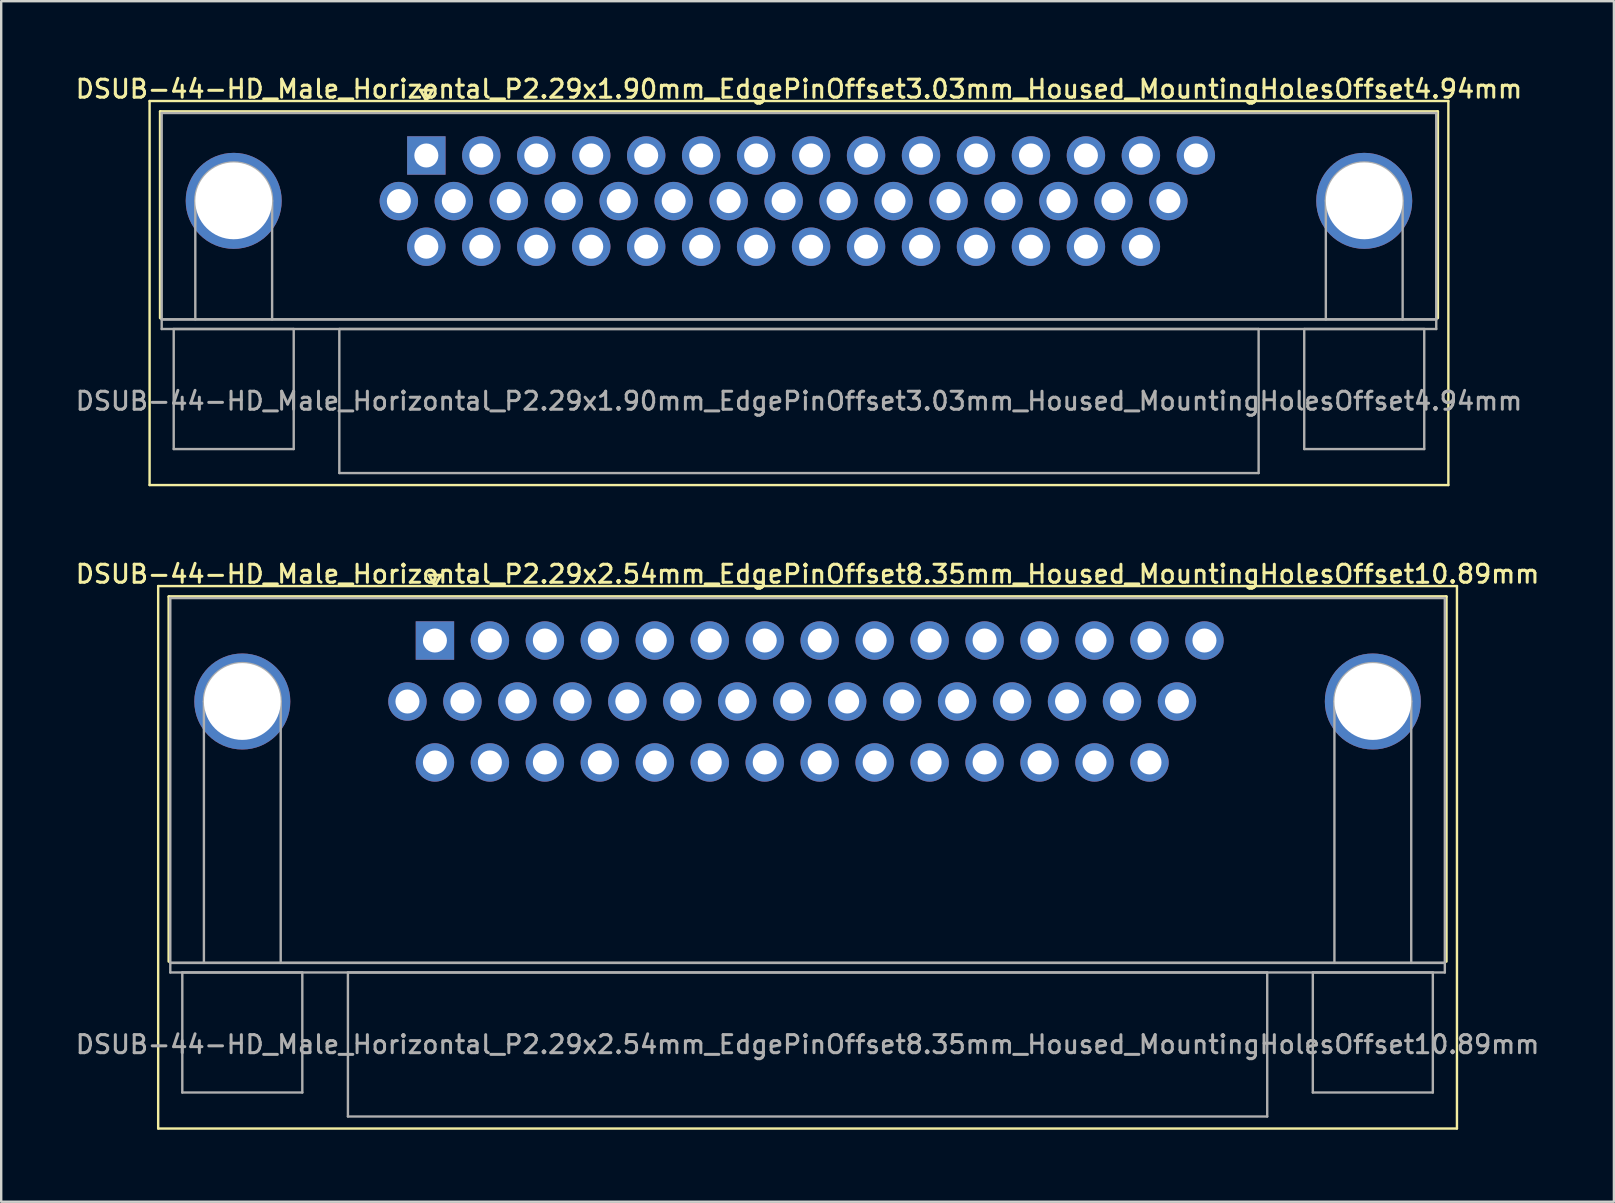
<source format=kicad_pcb>
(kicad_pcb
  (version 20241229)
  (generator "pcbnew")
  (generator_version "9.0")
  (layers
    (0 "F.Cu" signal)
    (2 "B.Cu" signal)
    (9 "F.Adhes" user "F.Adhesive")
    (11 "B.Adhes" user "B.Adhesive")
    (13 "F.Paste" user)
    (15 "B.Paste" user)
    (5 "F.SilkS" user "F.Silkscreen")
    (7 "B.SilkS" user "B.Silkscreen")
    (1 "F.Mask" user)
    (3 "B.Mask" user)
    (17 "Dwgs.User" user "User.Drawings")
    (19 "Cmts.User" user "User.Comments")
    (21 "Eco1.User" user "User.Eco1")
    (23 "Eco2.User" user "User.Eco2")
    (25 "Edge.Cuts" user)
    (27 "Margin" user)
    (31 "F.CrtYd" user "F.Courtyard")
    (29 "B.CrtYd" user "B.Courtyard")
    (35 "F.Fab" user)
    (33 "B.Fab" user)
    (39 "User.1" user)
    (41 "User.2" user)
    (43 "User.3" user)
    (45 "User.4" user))
  (footprint "DSUB-44-HD_Male_Horizontal_P2.29x2.54mm_EdgePinOffset8.35mm_Housed_MountingHolesOffset10.89mm"
    (layer "F.Cu")
    (at 15.07 23.636)
    (property "Reference" "DSUB-44-HD_Male_Horizontal_P2.29x2.54mm_EdgePinOffset8.35mm_Housed_MountingHolesOffset10.89mm" (at 15.525 -2.77 0) (layer "F.SilkS") (effects (font (size 0.75 0.75) (thickness 0.125))))
    (attr through_hole)
    (fp_line (start -11.53 -2.27) (end -11.53 20.33) (stroke (width 0.1) (type solid)) (layer "F.SilkS"))
    (fp_line (start -11.53 20.33) (end 42.58 20.33) (stroke (width 0.1) (type solid)) (layer "F.SilkS"))
    (fp_line (start -11.085 -1.83) (end 42.135 -1.83) (stroke (width 0.12) (type solid)) (layer "F.SilkS"))
    (fp_line (start -11.085 13.37) (end -11.085 -1.83) (stroke (width 0.12) (type solid)) (layer "F.SilkS"))
    (fp_line (start -0.25 -2.724) (end 0.25 -2.724) (stroke (width 0.12) (type solid)) (layer "F.SilkS"))
    (fp_line (start 0 -2.291) (end -0.25 -2.724) (stroke (width 0.12) (type solid)) (layer "F.SilkS"))
    (fp_line (start 0.25 -2.724) (end 0 -2.291) (stroke (width 0.12) (type solid)) (layer "F.SilkS"))
    (fp_line (start 42.135 -1.83) (end 42.135 13.37) (stroke (width 0.12) (type solid)) (layer "F.SilkS"))
    (fp_line (start 42.58 -2.27) (end -11.53 -2.27) (stroke (width 0.1) (type solid)) (layer "F.SilkS"))
    (fp_line (start 42.58 20.33) (end 42.58 -2.27) (stroke (width 0.1) (type solid)) (layer "F.SilkS"))
    (fp_line (start -11.025 -1.77) (end -11.025 13.43) (stroke (width 0.1) (type solid)) (layer "F.Fab"))
    (fp_line (start -11.025 13.43) (end -11.025 13.83) (stroke (width 0.1) (type solid)) (layer "F.Fab"))
    (fp_line (start -11.025 13.43) (end 42.075 13.43) (stroke (width 0.1) (type solid)) (layer "F.Fab"))
    (fp_line (start -11.025 13.83) (end 42.075 13.83) (stroke (width 0.1) (type solid)) (layer "F.Fab"))
    (fp_line (start -10.525 13.83) (end -10.525 18.83) (stroke (width 0.1) (type solid)) (layer "F.Fab"))
    (fp_line (start -10.525 18.83) (end -5.525 18.83) (stroke (width 0.1) (type solid)) (layer "F.Fab"))
    (fp_line (start -9.625 13.43) (end -9.625 2.54) (stroke (width 0.1) (type solid)) (layer "F.Fab"))
    (fp_line (start -6.425 13.43) (end -6.425 2.54) (stroke (width 0.1) (type solid)) (layer "F.Fab"))
    (fp_line (start -5.525 13.83) (end -10.525 13.83) (stroke (width 0.1) (type solid)) (layer "F.Fab"))
    (fp_line (start -5.525 18.83) (end -5.525 13.83) (stroke (width 0.1) (type solid)) (layer "F.Fab"))
    (fp_line (start -3.625 13.83) (end -3.625 19.83) (stroke (width 0.1) (type solid)) (layer "F.Fab"))
    (fp_line (start -3.625 19.83) (end 34.675 19.83) (stroke (width 0.1) (type solid)) (layer "F.Fab"))
    (fp_line (start 34.675 13.83) (end -3.625 13.83) (stroke (width 0.1) (type solid)) (layer "F.Fab"))
    (fp_line (start 34.675 19.83) (end 34.675 13.83) (stroke (width 0.1) (type solid)) (layer "F.Fab"))
    (fp_line (start 36.575 13.83) (end 36.575 18.83) (stroke (width 0.1) (type solid)) (layer "F.Fab"))
    (fp_line (start 36.575 18.83) (end 41.575 18.83) (stroke (width 0.1) (type solid)) (layer "F.Fab"))
    (fp_line (start 37.475 13.43) (end 37.475 2.54) (stroke (width 0.1) (type solid)) (layer "F.Fab"))
    (fp_line (start 40.675 13.43) (end 40.675 2.54) (stroke (width 0.1) (type solid)) (layer "F.Fab"))
    (fp_line (start 41.575 13.83) (end 36.575 13.83) (stroke (width 0.1) (type solid)) (layer "F.Fab"))
    (fp_line (start 41.575 18.83) (end 41.575 13.83) (stroke (width 0.1) (type solid)) (layer "F.Fab"))
    (fp_line (start 42.075 -1.77) (end -11.025 -1.77) (stroke (width 0.1) (type solid)) (layer "F.Fab"))
    (fp_line (start 42.075 13.43) (end -11.025 13.43) (stroke (width 0.1) (type solid)) (layer "F.Fab"))
    (fp_line (start 42.075 13.43) (end 42.075 -1.77) (stroke (width 0.1) (type solid)) (layer "F.Fab"))
    (fp_line (start 42.075 13.83) (end 42.075 13.43) (stroke (width 0.1) (type solid)) (layer "F.Fab"))
    (fp_arc (start -9.625 2.54) (mid -8.025 0.94) (end -6.425 2.54) (stroke (width 0.1) (type solid)) (layer "F.Fab"))
    (fp_arc (start 37.475 2.54) (mid 39.075 0.94) (end 40.675 2.54) (stroke (width 0.1) (type solid)) (layer "F.Fab"))
    (fp_text user "${REFERENCE}" (at 15.525 16.83 0) (layer "F.Fab") (effects (font (size 0.75 0.75) (thickness 0.125))))
    (pad "0" thru_hole circle (at -8.025 2.54) (size 4 4) (drill 3.2) (layers "*.Cu" "*.Mask"))
    (pad "0" thru_hole circle (at 39.075 2.54) (size 4 4) (drill 3.2) (layers "*.Cu" "*.Mask"))
    (pad "1" thru_hole rect (at 0 0) (size 1.6 1.6) (drill 1) (layers "*.Cu" "*.Mask"))
    (pad "2" thru_hole circle (at 2.29 0) (size 1.6 1.6) (drill 1) (layers "*.Cu" "*.Mask"))
    (pad "3" thru_hole circle (at 4.58 0) (size 1.6 1.6) (drill 1) (layers "*.Cu" "*.Mask"))
    (pad "4" thru_hole circle (at 6.87 0) (size 1.6 1.6) (drill 1) (layers "*.Cu" "*.Mask"))
    (pad "5" thru_hole circle (at 9.16 0) (size 1.6 1.6) (drill 1) (layers "*.Cu" "*.Mask"))
    (pad "6" thru_hole circle (at 11.45 0) (size 1.6 1.6) (drill 1) (layers "*.Cu" "*.Mask"))
    (pad "7" thru_hole circle (at 13.74 0) (size 1.6 1.6) (drill 1) (layers "*.Cu" "*.Mask"))
    (pad "8" thru_hole circle (at 16.03 0) (size 1.6 1.6) (drill 1) (layers "*.Cu" "*.Mask"))
    (pad "9" thru_hole circle (at 18.32 0) (size 1.6 1.6) (drill 1) (layers "*.Cu" "*.Mask"))
    (pad "10" thru_hole circle (at 20.61 0) (size 1.6 1.6) (drill 1) (layers "*.Cu" "*.Mask"))
    (pad "11" thru_hole circle (at 22.9 0) (size 1.6 1.6) (drill 1) (layers "*.Cu" "*.Mask"))
    (pad "12" thru_hole circle (at 25.19 0) (size 1.6 1.6) (drill 1) (layers "*.Cu" "*.Mask"))
    (pad "13" thru_hole circle (at 27.48 0) (size 1.6 1.6) (drill 1) (layers "*.Cu" "*.Mask"))
    (pad "14" thru_hole circle (at 29.77 0) (size 1.6 1.6) (drill 1) (layers "*.Cu" "*.Mask"))
    (pad "15" thru_hole circle (at 32.06 0) (size 1.6 1.6) (drill 1) (layers "*.Cu" "*.Mask"))
    (pad "16" thru_hole circle (at -1.145 2.54) (size 1.6 1.6) (drill 1) (layers "*.Cu" "*.Mask"))
    (pad "17" thru_hole circle (at 1.145 2.54) (size 1.6 1.6) (drill 1) (layers "*.Cu" "*.Mask"))
    (pad "18" thru_hole circle (at 3.435 2.54) (size 1.6 1.6) (drill 1) (layers "*.Cu" "*.Mask"))
    (pad "19" thru_hole circle (at 5.725 2.54) (size 1.6 1.6) (drill 1) (layers "*.Cu" "*.Mask"))
    (pad "20" thru_hole circle (at 8.015 2.54) (size 1.6 1.6) (drill 1) (layers "*.Cu" "*.Mask"))
    (pad "21" thru_hole circle (at 10.305 2.54) (size 1.6 1.6) (drill 1) (layers "*.Cu" "*.Mask"))
    (pad "22" thru_hole circle (at 12.595 2.54) (size 1.6 1.6) (drill 1) (layers "*.Cu" "*.Mask"))
    (pad "23" thru_hole circle (at 14.885 2.54) (size 1.6 1.6) (drill 1) (layers "*.Cu" "*.Mask"))
    (pad "24" thru_hole circle (at 17.175 2.54) (size 1.6 1.6) (drill 1) (layers "*.Cu" "*.Mask"))
    (pad "25" thru_hole circle (at 19.465 2.54) (size 1.6 1.6) (drill 1) (layers "*.Cu" "*.Mask"))
    (pad "26" thru_hole circle (at 21.755 2.54) (size 1.6 1.6) (drill 1) (layers "*.Cu" "*.Mask"))
    (pad "27" thru_hole circle (at 24.045 2.54) (size 1.6 1.6) (drill 1) (layers "*.Cu" "*.Mask"))
    (pad "28" thru_hole circle (at 26.335 2.54) (size 1.6 1.6) (drill 1) (layers "*.Cu" "*.Mask"))
    (pad "29" thru_hole circle (at 28.625 2.54) (size 1.6 1.6) (drill 1) (layers "*.Cu" "*.Mask"))
    (pad "30" thru_hole circle (at 30.915 2.54) (size 1.6 1.6) (drill 1) (layers "*.Cu" "*.Mask"))
    (pad "31" thru_hole circle (at 0 5.08) (size 1.6 1.6) (drill 1) (layers "*.Cu" "*.Mask"))
    (pad "32" thru_hole circle (at 2.29 5.08) (size 1.6 1.6) (drill 1) (layers "*.Cu" "*.Mask"))
    (pad "33" thru_hole circle (at 4.58 5.08) (size 1.6 1.6) (drill 1) (layers "*.Cu" "*.Mask"))
    (pad "34" thru_hole circle (at 6.87 5.08) (size 1.6 1.6) (drill 1) (layers "*.Cu" "*.Mask"))
    (pad "35" thru_hole circle (at 9.16 5.08) (size 1.6 1.6) (drill 1) (layers "*.Cu" "*.Mask"))
    (pad "36" thru_hole circle (at 11.45 5.08) (size 1.6 1.6) (drill 1) (layers "*.Cu" "*.Mask"))
    (pad "37" thru_hole circle (at 13.74 5.08) (size 1.6 1.6) (drill 1) (layers "*.Cu" "*.Mask"))
    (pad "38" thru_hole circle (at 16.03 5.08) (size 1.6 1.6) (drill 1) (layers "*.Cu" "*.Mask"))
    (pad "39" thru_hole circle (at 18.32 5.08) (size 1.6 1.6) (drill 1) (layers "*.Cu" "*.Mask"))
    (pad "40" thru_hole circle (at 20.61 5.08) (size 1.6 1.6) (drill 1) (layers "*.Cu" "*.Mask"))
    (pad "41" thru_hole circle (at 22.9 5.08) (size 1.6 1.6) (drill 1) (layers "*.Cu" "*.Mask"))
    (pad "42" thru_hole circle (at 25.19 5.08) (size 1.6 1.6) (drill 1) (layers "*.Cu" "*.Mask"))
    (pad "43" thru_hole circle (at 27.48 5.08) (size 1.6 1.6) (drill 1) (layers "*.Cu" "*.Mask"))
    (pad "44" thru_hole circle (at 29.77 5.08) (size 1.6 1.6) (drill 1) (layers "*.Cu" "*.Mask")))
  (footprint "DSUB-44-HD_Male_Horizontal_P2.29x1.90mm_EdgePinOffset3.03mm_Housed_MountingHolesOffset4.94mm"
    (layer "F.Cu")
    (at 14.712 3.428)
    (property "Reference" "DSUB-44-HD_Male_Horizontal_P2.29x1.90mm_EdgePinOffset3.03mm_Housed_MountingHolesOffset4.94mm" (at 15.525 -2.77 0) (layer "F.SilkS") (effects (font (size 0.75 0.75) (thickness 0.125))))
    (attr through_hole)
    (fp_line (start -11.53 -2.27) (end -11.53 13.73) (stroke (width 0.1) (type solid)) (layer "F.SilkS"))
    (fp_line (start -11.53 13.73) (end 42.58 13.73) (stroke (width 0.1) (type solid)) (layer "F.SilkS"))
    (fp_line (start -11.085 -1.83) (end 42.135 -1.83) (stroke (width 0.12) (type solid)) (layer "F.SilkS"))
    (fp_line (start -11.085 6.77) (end -11.085 -1.83) (stroke (width 0.12) (type solid)) (layer "F.SilkS"))
    (fp_line (start -0.25 -2.724) (end 0.25 -2.724) (stroke (width 0.12) (type solid)) (layer "F.SilkS"))
    (fp_line (start 0 -2.291) (end -0.25 -2.724) (stroke (width 0.12) (type solid)) (layer "F.SilkS"))
    (fp_line (start 0.25 -2.724) (end 0 -2.291) (stroke (width 0.12) (type solid)) (layer "F.SilkS"))
    (fp_line (start 42.135 -1.83) (end 42.135 6.77) (stroke (width 0.12) (type solid)) (layer "F.SilkS"))
    (fp_line (start 42.58 -2.27) (end -11.53 -2.27) (stroke (width 0.1) (type solid)) (layer "F.SilkS"))
    (fp_line (start 42.58 13.73) (end 42.58 -2.27) (stroke (width 0.1) (type solid)) (layer "F.SilkS"))
    (fp_line (start -11.025 -1.77) (end -11.025 6.83) (stroke (width 0.1) (type solid)) (layer "F.Fab"))
    (fp_line (start -11.025 6.83) (end -11.025 7.23) (stroke (width 0.1) (type solid)) (layer "F.Fab"))
    (fp_line (start -11.025 6.83) (end 42.075 6.83) (stroke (width 0.1) (type solid)) (layer "F.Fab"))
    (fp_line (start -11.025 7.23) (end 42.075 7.23) (stroke (width 0.1) (type solid)) (layer "F.Fab"))
    (fp_line (start -10.525 7.23) (end -10.525 12.23) (stroke (width 0.1) (type solid)) (layer "F.Fab"))
    (fp_line (start -10.525 12.23) (end -5.525 12.23) (stroke (width 0.1) (type solid)) (layer "F.Fab"))
    (fp_line (start -9.625 6.83) (end -9.625 1.89) (stroke (width 0.1) (type solid)) (layer "F.Fab"))
    (fp_line (start -6.425 6.83) (end -6.425 1.89) (stroke (width 0.1) (type solid)) (layer "F.Fab"))
    (fp_line (start -5.525 7.23) (end -10.525 7.23) (stroke (width 0.1) (type solid)) (layer "F.Fab"))
    (fp_line (start -5.525 12.23) (end -5.525 7.23) (stroke (width 0.1) (type solid)) (layer "F.Fab"))
    (fp_line (start -3.625 7.23) (end -3.625 13.23) (stroke (width 0.1) (type solid)) (layer "F.Fab"))
    (fp_line (start -3.625 13.23) (end 34.675 13.23) (stroke (width 0.1) (type solid)) (layer "F.Fab"))
    (fp_line (start 34.675 7.23) (end -3.625 7.23) (stroke (width 0.1) (type solid)) (layer "F.Fab"))
    (fp_line (start 34.675 13.23) (end 34.675 7.23) (stroke (width 0.1) (type solid)) (layer "F.Fab"))
    (fp_line (start 36.575 7.23) (end 36.575 12.23) (stroke (width 0.1) (type solid)) (layer "F.Fab"))
    (fp_line (start 36.575 12.23) (end 41.575 12.23) (stroke (width 0.1) (type solid)) (layer "F.Fab"))
    (fp_line (start 37.475 6.83) (end 37.475 1.89) (stroke (width 0.1) (type solid)) (layer "F.Fab"))
    (fp_line (start 40.675 6.83) (end 40.675 1.89) (stroke (width 0.1) (type solid)) (layer "F.Fab"))
    (fp_line (start 41.575 7.23) (end 36.575 7.23) (stroke (width 0.1) (type solid)) (layer "F.Fab"))
    (fp_line (start 41.575 12.23) (end 41.575 7.23) (stroke (width 0.1) (type solid)) (layer "F.Fab"))
    (fp_line (start 42.075 -1.77) (end -11.025 -1.77) (stroke (width 0.1) (type solid)) (layer "F.Fab"))
    (fp_line (start 42.075 6.83) (end -11.025 6.83) (stroke (width 0.1) (type solid)) (layer "F.Fab"))
    (fp_line (start 42.075 6.83) (end 42.075 -1.77) (stroke (width 0.1) (type solid)) (layer "F.Fab"))
    (fp_line (start 42.075 7.23) (end 42.075 6.83) (stroke (width 0.1) (type solid)) (layer "F.Fab"))
    (fp_arc (start -9.625 1.89) (mid -8.025 0.29) (end -6.425 1.89) (stroke (width 0.1) (type solid)) (layer "F.Fab"))
    (fp_arc (start 37.475 1.89) (mid 39.075 0.29) (end 40.675 1.89) (stroke (width 0.1) (type solid)) (layer "F.Fab"))
    (fp_text user "${REFERENCE}" (at 15.525 10.23 0) (layer "F.Fab") (effects (font (size 0.75 0.75) (thickness 0.125))))
    (pad "0" thru_hole circle (at -8.025 1.89) (size 4 4) (drill 3.2) (layers "*.Cu" "*.Mask"))
    (pad "0" thru_hole circle (at 39.075 1.89) (size 4 4) (drill 3.2) (layers "*.Cu" "*.Mask"))
    (pad "1" thru_hole rect (at 0 0) (size 1.6 1.6) (drill 1) (layers "*.Cu" "*.Mask"))
    (pad "2" thru_hole circle (at 2.29 0) (size 1.6 1.6) (drill 1) (layers "*.Cu" "*.Mask"))
    (pad "3" thru_hole circle (at 4.58 0) (size 1.6 1.6) (drill 1) (layers "*.Cu" "*.Mask"))
    (pad "4" thru_hole circle (at 6.87 0) (size 1.6 1.6) (drill 1) (layers "*.Cu" "*.Mask"))
    (pad "5" thru_hole circle (at 9.16 0) (size 1.6 1.6) (drill 1) (layers "*.Cu" "*.Mask"))
    (pad "6" thru_hole circle (at 11.45 0) (size 1.6 1.6) (drill 1) (layers "*.Cu" "*.Mask"))
    (pad "7" thru_hole circle (at 13.74 0) (size 1.6 1.6) (drill 1) (layers "*.Cu" "*.Mask"))
    (pad "8" thru_hole circle (at 16.03 0) (size 1.6 1.6) (drill 1) (layers "*.Cu" "*.Mask"))
    (pad "9" thru_hole circle (at 18.32 0) (size 1.6 1.6) (drill 1) (layers "*.Cu" "*.Mask"))
    (pad "10" thru_hole circle (at 20.61 0) (size 1.6 1.6) (drill 1) (layers "*.Cu" "*.Mask"))
    (pad "11" thru_hole circle (at 22.9 0) (size 1.6 1.6) (drill 1) (layers "*.Cu" "*.Mask"))
    (pad "12" thru_hole circle (at 25.19 0) (size 1.6 1.6) (drill 1) (layers "*.Cu" "*.Mask"))
    (pad "13" thru_hole circle (at 27.48 0) (size 1.6 1.6) (drill 1) (layers "*.Cu" "*.Mask"))
    (pad "14" thru_hole circle (at 29.77 0) (size 1.6 1.6) (drill 1) (layers "*.Cu" "*.Mask"))
    (pad "15" thru_hole circle (at 32.06 0) (size 1.6 1.6) (drill 1) (layers "*.Cu" "*.Mask"))
    (pad "16" thru_hole circle (at -1.145 1.9) (size 1.6 1.6) (drill 1) (layers "*.Cu" "*.Mask"))
    (pad "17" thru_hole circle (at 1.145 1.9) (size 1.6 1.6) (drill 1) (layers "*.Cu" "*.Mask"))
    (pad "18" thru_hole circle (at 3.435 1.9) (size 1.6 1.6) (drill 1) (layers "*.Cu" "*.Mask"))
    (pad "19" thru_hole circle (at 5.725 1.9) (size 1.6 1.6) (drill 1) (layers "*.Cu" "*.Mask"))
    (pad "20" thru_hole circle (at 8.015 1.9) (size 1.6 1.6) (drill 1) (layers "*.Cu" "*.Mask"))
    (pad "21" thru_hole circle (at 10.305 1.9) (size 1.6 1.6) (drill 1) (layers "*.Cu" "*.Mask"))
    (pad "22" thru_hole circle (at 12.595 1.9) (size 1.6 1.6) (drill 1) (layers "*.Cu" "*.Mask"))
    (pad "23" thru_hole circle (at 14.885 1.9) (size 1.6 1.6) (drill 1) (layers "*.Cu" "*.Mask"))
    (pad "24" thru_hole circle (at 17.175 1.9) (size 1.6 1.6) (drill 1) (layers "*.Cu" "*.Mask"))
    (pad "25" thru_hole circle (at 19.465 1.9) (size 1.6 1.6) (drill 1) (layers "*.Cu" "*.Mask"))
    (pad "26" thru_hole circle (at 21.755 1.9) (size 1.6 1.6) (drill 1) (layers "*.Cu" "*.Mask"))
    (pad "27" thru_hole circle (at 24.045 1.9) (size 1.6 1.6) (drill 1) (layers "*.Cu" "*.Mask"))
    (pad "28" thru_hole circle (at 26.335 1.9) (size 1.6 1.6) (drill 1) (layers "*.Cu" "*.Mask"))
    (pad "29" thru_hole circle (at 28.625 1.9) (size 1.6 1.6) (drill 1) (layers "*.Cu" "*.Mask"))
    (pad "30" thru_hole circle (at 30.915 1.9) (size 1.6 1.6) (drill 1) (layers "*.Cu" "*.Mask"))
    (pad "31" thru_hole circle (at 0 3.8) (size 1.6 1.6) (drill 1) (layers "*.Cu" "*.Mask"))
    (pad "32" thru_hole circle (at 2.29 3.8) (size 1.6 1.6) (drill 1) (layers "*.Cu" "*.Mask"))
    (pad "33" thru_hole circle (at 4.58 3.8) (size 1.6 1.6) (drill 1) (layers "*.Cu" "*.Mask"))
    (pad "34" thru_hole circle (at 6.87 3.8) (size 1.6 1.6) (drill 1) (layers "*.Cu" "*.Mask"))
    (pad "35" thru_hole circle (at 9.16 3.8) (size 1.6 1.6) (drill 1) (layers "*.Cu" "*.Mask"))
    (pad "36" thru_hole circle (at 11.45 3.8) (size 1.6 1.6) (drill 1) (layers "*.Cu" "*.Mask"))
    (pad "37" thru_hole circle (at 13.74 3.8) (size 1.6 1.6) (drill 1) (layers "*.Cu" "*.Mask"))
    (pad "38" thru_hole circle (at 16.03 3.8) (size 1.6 1.6) (drill 1) (layers "*.Cu" "*.Mask"))
    (pad "39" thru_hole circle (at 18.32 3.8) (size 1.6 1.6) (drill 1) (layers "*.Cu" "*.Mask"))
    (pad "40" thru_hole circle (at 20.61 3.8) (size 1.6 1.6) (drill 1) (layers "*.Cu" "*.Mask"))
    (pad "41" thru_hole circle (at 22.9 3.8) (size 1.6 1.6) (drill 1) (layers "*.Cu" "*.Mask"))
    (pad "42" thru_hole circle (at 25.19 3.8) (size 1.6 1.6) (drill 1) (layers "*.Cu" "*.Mask"))
    (pad "43" thru_hole circle (at 27.48 3.8) (size 1.6 1.6) (drill 1) (layers "*.Cu" "*.Mask"))
    (pad "44" thru_hole circle (at 29.77 3.8) (size 1.6 1.6) (drill 1) (layers "*.Cu" "*.Mask")))
  (gr_rect
    (start -3 -3)
    (end 64.189 47.016)
    (stroke (width 0.1) (type default))
    (fill no)
    (layer "Edge.Cuts")))
</source>
